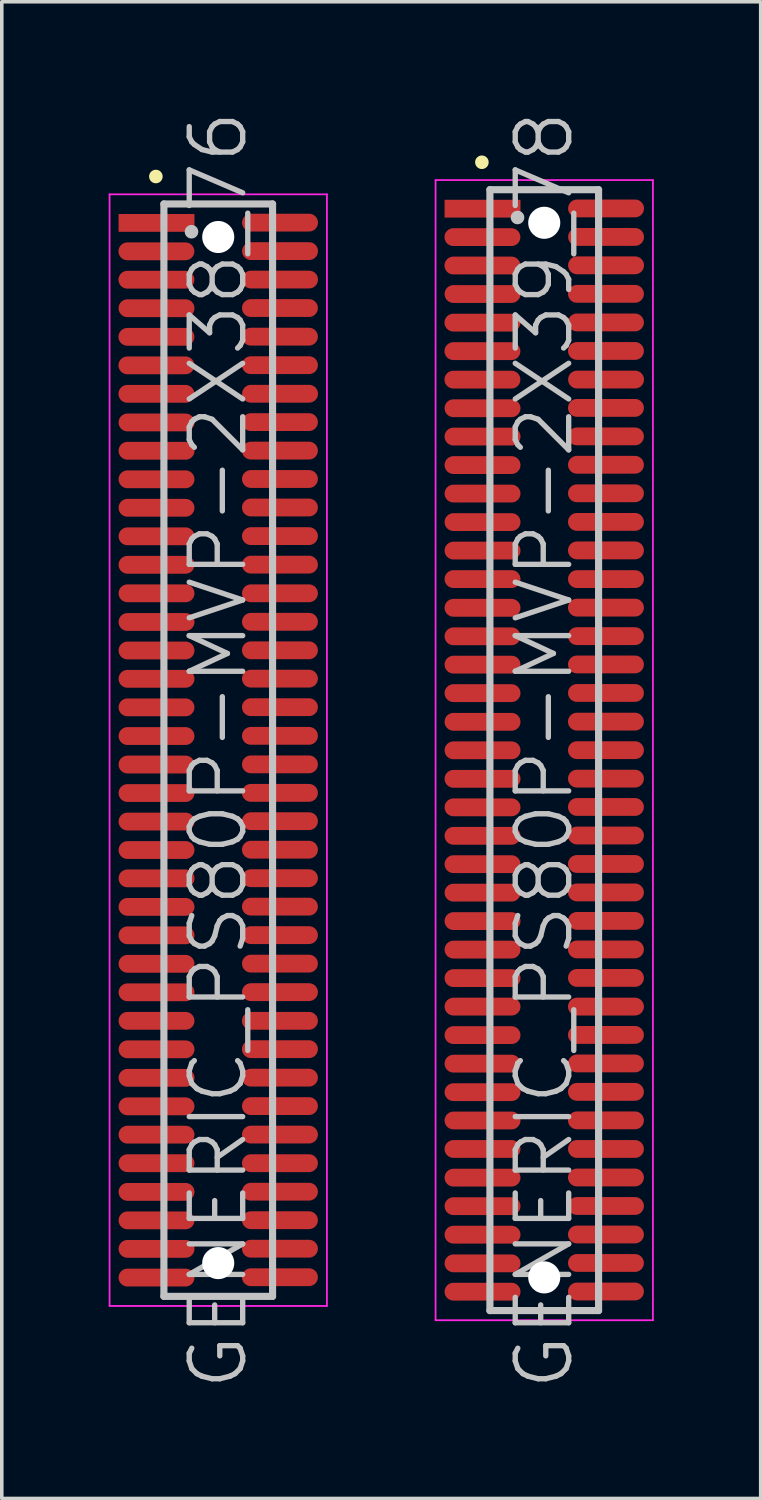
<source format=kicad_pcb>
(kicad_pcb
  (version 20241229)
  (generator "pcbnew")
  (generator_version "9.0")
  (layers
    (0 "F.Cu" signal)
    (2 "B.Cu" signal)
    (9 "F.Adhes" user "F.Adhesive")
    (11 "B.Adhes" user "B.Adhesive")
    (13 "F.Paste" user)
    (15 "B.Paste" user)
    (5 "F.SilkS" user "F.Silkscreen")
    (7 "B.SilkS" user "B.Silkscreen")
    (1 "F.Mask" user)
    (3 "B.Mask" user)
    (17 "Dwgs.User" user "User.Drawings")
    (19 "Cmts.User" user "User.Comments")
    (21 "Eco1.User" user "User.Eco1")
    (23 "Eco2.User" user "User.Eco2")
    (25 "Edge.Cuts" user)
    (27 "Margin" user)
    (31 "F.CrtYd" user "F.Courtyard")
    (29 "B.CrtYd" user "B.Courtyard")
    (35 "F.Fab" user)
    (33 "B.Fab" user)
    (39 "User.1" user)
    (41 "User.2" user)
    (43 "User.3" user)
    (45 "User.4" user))
  (footprint "GENERIC_PS80P-MVP-2X38_76"
    (layer "F.Cu")
    (at 3.075 18.004)
    (property "Reference" "GENERIC_PS80P-MVP-2X38_76" (at 0 0 90) (layer "Dwgs.User") (effects (font (size 1.5 1.5) (thickness 0.15))))
    (attr smd)
    (fp_line (start -1.75 -16.1) (end -1.75 -16.1) (stroke (width 0.381) (type solid)) (layer "F.SilkS"))
    (fp_line (start -1.525 -15.33) (end -1.525 15.33) (stroke (width 0.2) (type solid)) (layer "Dwgs.User"))
    (fp_line (start -1.525 -15.33) (end 1.525 -15.33) (stroke (width 0.2) (type solid)) (layer "Dwgs.User"))
    (fp_line (start -1.525 15.33) (end 1.525 15.33) (stroke (width 0.2) (type solid)) (layer "Dwgs.User"))
    (fp_line (start -0.75 -14.55) (end -0.75 -14.55) (stroke (width 0.381) (type solid)) (layer "Dwgs.User"))
    (fp_line (start 1.525 -15.33) (end 1.525 15.33) (stroke (width 0.2) (type solid)) (layer "Dwgs.User"))
    (fp_line (start -3.05 -15.6) (end -3.05 15.6) (stroke (width 0.05) (type solid)) (layer "F.CrtYd"))
    (fp_line (start -3.05 -15.6) (end 3.05 -15.6) (stroke (width 0.05) (type solid)) (layer "F.CrtYd"))
    (fp_line (start -3.05 15.6) (end 3.05 15.6) (stroke (width 0.05) (type solid)) (layer "F.CrtYd"))
    (fp_line (start 3.05 -15.6) (end 3.05 15.6) (stroke (width 0.05) (type solid)) (layer "F.CrtYd"))
    (pad "" np_thru_hole circle (at 0 -14.402 270) (size 0.9 0.9) (drill 0.9) (layers "*.Cu" "*.Mask"))
    (pad "" np_thru_hole circle (at 0 14.397 270) (size 0.9 0.9) (drill 0.9) (layers "*.Cu" "*.Mask"))
    (pad "1" smd rect (at -1.732 -14.798 270) (size 0.5 2.13) (layers "F.Cu" "F.Mask" "F.Paste"))
    (pad "2" smd oval (at 1.735 -14.806 270) (size 0.5 2.13) (layers "F.Cu" "F.Mask" "F.Paste"))
    (pad "3" smd oval (at -1.735 -14 270) (size 0.5 2.13) (layers "F.Cu" "F.Mask" "F.Paste"))
    (pad "4" smd oval (at 1.735 -14.006 270) (size 0.5 2.13) (layers "F.Cu" "F.Mask" "F.Paste"))
    (pad "5" smd oval (at -1.735 -13.203 270) (size 0.5 2.13) (layers "F.Cu" "F.Mask" "F.Paste"))
    (pad "6" smd oval (at 1.735 -13.208 270) (size 0.5 2.13) (layers "F.Cu" "F.Mask" "F.Paste"))
    (pad "7" smd oval (at -1.732 -12.403 270) (size 0.5 2.13) (layers "F.Cu" "F.Mask" "F.Paste"))
    (pad "8" smd oval (at 1.732 -12.408 270) (size 0.5 2.13) (layers "F.Cu" "F.Mask" "F.Paste"))
    (pad "9" smd oval (at -1.735 -11.6 270) (size 0.5 2.13) (layers "F.Cu" "F.Mask" "F.Paste"))
    (pad "10" smd oval (at 1.732 -11.605 270) (size 0.5 2.13) (layers "F.Cu" "F.Mask" "F.Paste"))
    (pad "11" smd oval (at -1.735 -10.8 270) (size 0.5 2.13) (layers "F.Cu" "F.Mask" "F.Paste"))
    (pad "12" smd oval (at 1.732 -10.805 270) (size 0.5 2.13) (layers "F.Cu" "F.Mask" "F.Paste"))
    (pad "13" smd oval (at -1.735 -10 270) (size 0.5 2.13) (layers "F.Cu" "F.Mask" "F.Paste"))
    (pad "14" smd oval (at 1.735 -10.003 270) (size 0.5 2.13) (layers "F.Cu" "F.Mask" "F.Paste"))
    (pad "15" smd oval (at -1.732 -9.197 270) (size 0.5 2.13) (layers "F.Cu" "F.Mask" "F.Paste"))
    (pad "16" smd oval (at 1.732 -9.207 270) (size 0.5 2.13) (layers "F.Cu" "F.Mask" "F.Paste"))
    (pad "17" smd oval (at -1.732 -8.402 270) (size 0.5 2.13) (layers "F.Cu" "F.Mask" "F.Paste"))
    (pad "18" smd oval (at 1.732 -8.407 270) (size 0.5 2.13) (layers "F.Cu" "F.Mask" "F.Paste"))
    (pad "19" smd oval (at -1.732 -7.602 270) (size 0.5 2.13) (layers "F.Cu" "F.Mask" "F.Paste"))
    (pad "20" smd oval (at 1.732 -7.61 270) (size 0.5 2.13) (layers "F.Cu" "F.Mask" "F.Paste"))
    (pad "21" smd oval (at -1.732 -6.802 270) (size 0.5 2.13) (layers "F.Cu" "F.Mask" "F.Paste"))
    (pad "22" smd oval (at 1.732 -6.81 270) (size 0.5 2.13) (layers "F.Cu" "F.Mask" "F.Paste"))
    (pad "23" smd oval (at -1.732 -6.002 270) (size 0.5 2.13) (layers "F.Cu" "F.Mask" "F.Paste"))
    (pad "24" smd oval (at 1.732 -6.007 270) (size 0.5 2.13) (layers "F.Cu" "F.Mask" "F.Paste"))
    (pad "25" smd oval (at -1.732 -5.202 270) (size 0.5 2.13) (layers "F.Cu" "F.Mask" "F.Paste"))
    (pad "26" smd oval (at 1.732 -5.207 270) (size 0.5 2.13) (layers "F.Cu" "F.Mask" "F.Paste"))
    (pad "27" smd oval (at -1.732 -4.402 270) (size 0.5 2.13) (layers "F.Cu" "F.Mask" "F.Paste"))
    (pad "28" smd oval (at 1.732 -4.402 270) (size 0.5 2.13) (layers "F.Cu" "F.Mask" "F.Paste"))
    (pad "29" smd oval (at -1.732 -3.597 270) (size 0.5 2.13) (layers "F.Cu" "F.Mask" "F.Paste"))
    (pad "30" smd oval (at 1.732 -3.602 270) (size 0.5 2.13) (layers "F.Cu" "F.Mask" "F.Paste"))
    (pad "31" smd oval (at -1.732 -2.797 270) (size 0.5 2.13) (layers "F.Cu" "F.Mask" "F.Paste"))
    (pad "32" smd oval (at 1.732 -2.802 270) (size 0.5 2.13) (layers "F.Cu" "F.Mask" "F.Paste"))
    (pad "33" smd oval (at -1.732 -2.002 270) (size 0.5 2.13) (layers "F.Cu" "F.Mask" "F.Paste"))
    (pad "34" smd oval (at 1.732 -2.007 270) (size 0.5 2.13) (layers "F.Cu" "F.Mask" "F.Paste"))
    (pad "35" smd oval (at -1.732 -1.201 270) (size 0.5 2.13) (layers "F.Cu" "F.Mask" "F.Paste"))
    (pad "36" smd oval (at 1.732 -1.206 270) (size 0.5 2.13) (layers "F.Cu" "F.Mask" "F.Paste"))
    (pad "37" smd oval (at -1.732 -0.396 270) (size 0.5 2.13) (layers "F.Cu" "F.Mask" "F.Paste"))
    (pad "38" smd oval (at 1.732 -0.401 270) (size 0.5 2.13) (layers "F.Cu" "F.Mask" "F.Paste"))
    (pad "39" smd oval (at -1.732 0.404 270) (size 0.5 2.13) (layers "F.Cu" "F.Mask" "F.Paste"))
    (pad "40" smd oval (at 1.732 0.399 270) (size 0.5 2.13) (layers "F.Cu" "F.Mask" "F.Paste"))
    (pad "41" smd oval (at -1.732 1.204 270) (size 0.5 2.13) (layers "F.Cu" "F.Mask" "F.Paste"))
    (pad "42" smd oval (at 1.732 1.199 270) (size 0.5 2.13) (layers "F.Cu" "F.Mask" "F.Paste"))
    (pad "43" smd oval (at -1.732 2.004 270) (size 0.5 2.13) (layers "F.Cu" "F.Mask" "F.Paste"))
    (pad "44" smd oval (at 1.732 1.994 270) (size 0.5 2.13) (layers "F.Cu" "F.Mask" "F.Paste"))
    (pad "45" smd oval (at -1.732 2.804 270) (size 0.5 2.13) (layers "F.Cu" "F.Mask" "F.Paste"))
    (pad "46" smd oval (at 1.732 2.794 270) (size 0.5 2.13) (layers "F.Cu" "F.Mask" "F.Paste"))
    (pad "47" smd oval (at -1.732 3.599 270) (size 0.5 2.13) (layers "F.Cu" "F.Mask" "F.Paste"))
    (pad "48" smd oval (at 1.732 3.594 270) (size 0.5 2.13) (layers "F.Cu" "F.Mask" "F.Paste"))
    (pad "49" smd oval (at -1.732 4.399 270) (size 0.5 2.13) (layers "F.Cu" "F.Mask" "F.Paste"))
    (pad "50" smd oval (at 1.732 4.392 270) (size 0.5 2.13) (layers "F.Cu" "F.Mask" "F.Paste"))
    (pad "51" smd oval (at -1.732 5.197 270) (size 0.5 2.13) (layers "F.Cu" "F.Mask" "F.Paste"))
    (pad "52" smd oval (at 1.732 5.192 270) (size 0.5 2.13) (layers "F.Cu" "F.Mask" "F.Paste"))
    (pad "53" smd oval (at -1.732 5.997 270) (size 0.5 2.13) (layers "F.Cu" "F.Mask" "F.Paste"))
    (pad "54" smd oval (at 1.732 5.992 270) (size 0.5 2.13) (layers "F.Cu" "F.Mask" "F.Paste"))
    (pad "55" smd oval (at -1.732 6.797 270) (size 0.5 2.13) (layers "F.Cu" "F.Mask" "F.Paste"))
    (pad "56" smd oval (at 1.732 6.792 270) (size 0.5 2.13) (layers "F.Cu" "F.Mask" "F.Paste"))
    (pad "57" smd oval (at -1.732 7.597 270) (size 0.5 2.13) (layers "F.Cu" "F.Mask" "F.Paste"))
    (pad "58" smd oval (at 1.732 7.597 270) (size 0.5 2.13) (layers "F.Cu" "F.Mask" "F.Paste"))
    (pad "59" smd oval (at -1.732 8.397 270) (size 0.5 2.13) (layers "F.Cu" "F.Mask" "F.Paste"))
    (pad "60" smd oval (at 1.732 8.392 270) (size 0.5 2.13) (layers "F.Cu" "F.Mask" "F.Paste"))
    (pad "61" smd oval (at -1.732 9.197 270) (size 0.5 2.13) (layers "F.Cu" "F.Mask" "F.Paste"))
    (pad "62" smd oval (at 1.732 9.192 270) (size 0.5 2.13) (layers "F.Cu" "F.Mask" "F.Paste"))
    (pad "63" smd oval (at -1.732 9.997 270) (size 0.5 2.13) (layers "F.Cu" "F.Mask" "F.Paste"))
    (pad "64" smd oval (at 1.732 9.99 270) (size 0.5 2.13) (layers "F.Cu" "F.Mask" "F.Paste"))
    (pad "65" smd oval (at -1.732 10.792 270) (size 0.5 2.13) (layers "F.Cu" "F.Mask" "F.Paste"))
    (pad "66" smd oval (at 1.732 10.79 270) (size 0.5 2.13) (layers "F.Cu" "F.Mask" "F.Paste"))
    (pad "67" smd oval (at -1.732 11.593 270) (size 0.5 2.13) (layers "F.Cu" "F.Mask" "F.Paste"))
    (pad "68" smd oval (at 1.732 11.593 270) (size 0.5 2.13) (layers "F.Cu" "F.Mask" "F.Paste"))
    (pad "69" smd oval (at -1.732 12.398 270) (size 0.5 2.13) (layers "F.Cu" "F.Mask" "F.Paste"))
    (pad "70" smd oval (at 1.732 12.393 270) (size 0.5 2.13) (layers "F.Cu" "F.Mask" "F.Paste"))
    (pad "71" smd oval (at -1.732 13.198 270) (size 0.5 2.13) (layers "F.Cu" "F.Mask" "F.Paste"))
    (pad "72" smd oval (at 1.732 13.193 270) (size 0.5 2.13) (layers "F.Cu" "F.Mask" "F.Paste"))
    (pad "73" smd oval (at -1.732 13.998 270) (size 0.5 2.13) (layers "F.Cu" "F.Mask" "F.Paste"))
    (pad "74" smd oval (at 1.732 13.993 270) (size 0.5 2.13) (layers "F.Cu" "F.Mask" "F.Paste"))
    (pad "75" smd oval (at -1.732 14.803 270) (size 0.5 2.13) (layers "F.Cu" "F.Mask" "F.Paste"))
    (pad "76" smd oval (at 1.732 14.793 270) (size 0.5 2.13) (layers "F.Cu" "F.Mask" "F.Paste")))
  (footprint "GENERIC_PS80P-MVP-2X39_78"
    (layer "F.Cu")
    (at 12.225 18.004)
    (property "Reference" "GENERIC_PS80P-MVP-2X39_78" (at 0 0 90) (layer "Dwgs.User") (effects (font (size 1.5 1.5) (thickness 0.15))))
    (attr smd)
    (fp_line (start -1.75 -16.5) (end -1.75 -16.5) (stroke (width 0.381) (type solid)) (layer "F.SilkS"))
    (fp_line (start -1.525 -15.73) (end -1.525 15.73) (stroke (width 0.2) (type solid)) (layer "Dwgs.User"))
    (fp_line (start -1.525 -15.73) (end 1.525 -15.73) (stroke (width 0.2) (type solid)) (layer "Dwgs.User"))
    (fp_line (start -1.525 15.73) (end 1.525 15.73) (stroke (width 0.2) (type solid)) (layer "Dwgs.User"))
    (fp_line (start -0.75 -14.95) (end -0.75 -14.95) (stroke (width 0.381) (type solid)) (layer "Dwgs.User"))
    (fp_line (start 1.525 -15.73) (end 1.525 15.73) (stroke (width 0.2) (type solid)) (layer "Dwgs.User"))
    (fp_line (start -3.05 -16) (end -3.05 16) (stroke (width 0.05) (type solid)) (layer "F.CrtYd"))
    (fp_line (start -3.05 -16) (end 3.05 -16) (stroke (width 0.05) (type solid)) (layer "F.CrtYd"))
    (fp_line (start -3.05 16) (end 3.05 16) (stroke (width 0.05) (type solid)) (layer "F.CrtYd"))
    (fp_line (start 3.05 -16) (end 3.05 16) (stroke (width 0.05) (type solid)) (layer "F.CrtYd"))
    (pad "" np_thru_hole circle (at 0 -14.801 270) (size 0.9 0.9) (drill 0.9) (layers "*.Cu" "*.Mask"))
    (pad "" np_thru_hole circle (at 0 14.798 270) (size 0.9 0.9) (drill 0.9) (layers "*.Cu" "*.Mask"))
    (pad "1" smd rect (at -1.732 -15.197 270) (size 0.5 2.13) (layers "F.Cu" "F.Mask" "F.Paste"))
    (pad "2" smd oval (at 1.735 -15.204 270) (size 0.5 2.13) (layers "F.Cu" "F.Mask" "F.Paste"))
    (pad "3" smd oval (at -1.735 -14.399 270) (size 0.5 2.13) (layers "F.Cu" "F.Mask" "F.Paste"))
    (pad "4" smd oval (at 1.735 -14.404 270) (size 0.5 2.13) (layers "F.Cu" "F.Mask" "F.Paste"))
    (pad "5" smd oval (at -1.735 -13.602 270) (size 0.5 2.13) (layers "F.Cu" "F.Mask" "F.Paste"))
    (pad "6" smd oval (at 1.735 -13.607 270) (size 0.5 2.13) (layers "F.Cu" "F.Mask" "F.Paste"))
    (pad "7" smd oval (at -1.732 -12.802 270) (size 0.5 2.13) (layers "F.Cu" "F.Mask" "F.Paste"))
    (pad "8" smd oval (at 1.732 -12.807 270) (size 0.5 2.13) (layers "F.Cu" "F.Mask" "F.Paste"))
    (pad "9" smd oval (at -1.735 -11.999 270) (size 0.5 2.13) (layers "F.Cu" "F.Mask" "F.Paste"))
    (pad "10" smd oval (at 1.732 -12.004 270) (size 0.5 2.13) (layers "F.Cu" "F.Mask" "F.Paste"))
    (pad "11" smd oval (at -1.735 -11.199 270) (size 0.5 2.13) (layers "F.Cu" "F.Mask" "F.Paste"))
    (pad "12" smd oval (at 1.732 -11.204 270) (size 0.5 2.13) (layers "F.Cu" "F.Mask" "F.Paste"))
    (pad "13" smd oval (at -1.735 -10.399 270) (size 0.5 2.13) (layers "F.Cu" "F.Mask" "F.Paste"))
    (pad "14" smd oval (at 1.735 -10.401 270) (size 0.5 2.13) (layers "F.Cu" "F.Mask" "F.Paste"))
    (pad "15" smd oval (at -1.732 -9.596 270) (size 0.5 2.13) (layers "F.Cu" "F.Mask" "F.Paste"))
    (pad "16" smd oval (at 1.732 -9.606 270) (size 0.5 2.13) (layers "F.Cu" "F.Mask" "F.Paste"))
    (pad "17" smd oval (at -1.732 -8.801 270) (size 0.5 2.13) (layers "F.Cu" "F.Mask" "F.Paste"))
    (pad "18" smd oval (at 1.732 -8.806 270) (size 0.5 2.13) (layers "F.Cu" "F.Mask" "F.Paste"))
    (pad "19" smd oval (at -1.732 -8.001 270) (size 0.5 2.13) (layers "F.Cu" "F.Mask" "F.Paste"))
    (pad "20" smd oval (at 1.732 -8.009 270) (size 0.5 2.13) (layers "F.Cu" "F.Mask" "F.Paste"))
    (pad "21" smd oval (at -1.732 -7.201 270) (size 0.5 2.13) (layers "F.Cu" "F.Mask" "F.Paste"))
    (pad "22" smd oval (at 1.732 -7.209 270) (size 0.5 2.13) (layers "F.Cu" "F.Mask" "F.Paste"))
    (pad "23" smd oval (at -1.732 -6.401 270) (size 0.5 2.13) (layers "F.Cu" "F.Mask" "F.Paste"))
    (pad "24" smd oval (at 1.732 -6.406 270) (size 0.5 2.13) (layers "F.Cu" "F.Mask" "F.Paste"))
    (pad "25" smd oval (at -1.732 -5.601 270) (size 0.5 2.13) (layers "F.Cu" "F.Mask" "F.Paste"))
    (pad "26" smd oval (at 1.732 -5.606 270) (size 0.5 2.13) (layers "F.Cu" "F.Mask" "F.Paste"))
    (pad "27" smd oval (at -1.732 -4.801 270) (size 0.5 2.13) (layers "F.Cu" "F.Mask" "F.Paste"))
    (pad "28" smd oval (at 1.732 -4.801 270) (size 0.5 2.13) (layers "F.Cu" "F.Mask" "F.Paste"))
    (pad "29" smd oval (at -1.732 -3.995 270) (size 0.5 2.13) (layers "F.Cu" "F.Mask" "F.Paste"))
    (pad "30" smd oval (at 1.732 -4 270) (size 0.5 2.13) (layers "F.Cu" "F.Mask" "F.Paste"))
    (pad "31" smd oval (at -1.732 -3.195 270) (size 0.5 2.13) (layers "F.Cu" "F.Mask" "F.Paste"))
    (pad "32" smd oval (at 1.732 -3.2 270) (size 0.5 2.13) (layers "F.Cu" "F.Mask" "F.Paste"))
    (pad "33" smd oval (at -1.732 -2.4 270) (size 0.5 2.13) (layers "F.Cu" "F.Mask" "F.Paste"))
    (pad "34" smd oval (at 1.732 -2.405 270) (size 0.5 2.13) (layers "F.Cu" "F.Mask" "F.Paste"))
    (pad "35" smd oval (at -1.732 -1.6 270) (size 0.5 2.13) (layers "F.Cu" "F.Mask" "F.Paste"))
    (pad "36" smd oval (at 1.732 -1.605 270) (size 0.5 2.13) (layers "F.Cu" "F.Mask" "F.Paste"))
    (pad "37" smd oval (at -1.732 -0.795 270) (size 0.5 2.13) (layers "F.Cu" "F.Mask" "F.Paste"))
    (pad "38" smd oval (at 1.732 -0.8 270) (size 0.5 2.13) (layers "F.Cu" "F.Mask" "F.Paste"))
    (pad "39" smd oval (at -1.732 0.005 270) (size 0.5 2.13) (layers "F.Cu" "F.Mask" "F.Paste"))
    (pad "40" smd oval (at 1.732 0 270) (size 0.5 2.13) (layers "F.Cu" "F.Mask" "F.Paste"))
    (pad "41" smd oval (at -1.732 0.805 270) (size 0.5 2.13) (layers "F.Cu" "F.Mask" "F.Paste"))
    (pad "42" smd oval (at 1.732 0.8 270) (size 0.5 2.13) (layers "F.Cu" "F.Mask" "F.Paste"))
    (pad "43" smd oval (at -1.732 1.605 270) (size 0.5 2.13) (layers "F.Cu" "F.Mask" "F.Paste"))
    (pad "44" smd oval (at 1.732 1.595 270) (size 0.5 2.13) (layers "F.Cu" "F.Mask" "F.Paste"))
    (pad "45" smd oval (at -1.732 2.405 270) (size 0.5 2.13) (layers "F.Cu" "F.Mask" "F.Paste"))
    (pad "46" smd oval (at 1.732 2.395 270) (size 0.5 2.13) (layers "F.Cu" "F.Mask" "F.Paste"))
    (pad "47" smd oval (at -1.732 3.2 270) (size 0.5 2.13) (layers "F.Cu" "F.Mask" "F.Paste"))
    (pad "48" smd oval (at 1.732 3.195 270) (size 0.5 2.13) (layers "F.Cu" "F.Mask" "F.Paste"))
    (pad "49" smd oval (at -1.732 4 270) (size 0.5 2.13) (layers "F.Cu" "F.Mask" "F.Paste"))
    (pad "50" smd oval (at 1.732 3.993 270) (size 0.5 2.13) (layers "F.Cu" "F.Mask" "F.Paste"))
    (pad "51" smd oval (at -1.732 4.798 270) (size 0.5 2.13) (layers "F.Cu" "F.Mask" "F.Paste"))
    (pad "52" smd oval (at 1.732 4.793 270) (size 0.5 2.13) (layers "F.Cu" "F.Mask" "F.Paste"))
    (pad "53" smd oval (at -1.732 5.598 270) (size 0.5 2.13) (layers "F.Cu" "F.Mask" "F.Paste"))
    (pad "54" smd oval (at 1.732 5.593 270) (size 0.5 2.13) (layers "F.Cu" "F.Mask" "F.Paste"))
    (pad "55" smd oval (at -1.732 6.398 270) (size 0.5 2.13) (layers "F.Cu" "F.Mask" "F.Paste"))
    (pad "56" smd oval (at 1.732 6.393 270) (size 0.5 2.13) (layers "F.Cu" "F.Mask" "F.Paste"))
    (pad "57" smd oval (at -1.732 7.198 270) (size 0.5 2.13) (layers "F.Cu" "F.Mask" "F.Paste"))
    (pad "58" smd oval (at 1.732 7.198 270) (size 0.5 2.13) (layers "F.Cu" "F.Mask" "F.Paste"))
    (pad "59" smd oval (at -1.732 7.998 270) (size 0.5 2.13) (layers "F.Cu" "F.Mask" "F.Paste"))
    (pad "60" smd oval (at 1.732 7.993 270) (size 0.5 2.13) (layers "F.Cu" "F.Mask" "F.Paste"))
    (pad "61" smd oval (at -1.732 8.799 270) (size 0.5 2.13) (layers "F.Cu" "F.Mask" "F.Paste"))
    (pad "62" smd oval (at 1.732 8.793 270) (size 0.5 2.13) (layers "F.Cu" "F.Mask" "F.Paste"))
    (pad "63" smd oval (at -1.732 9.599 270) (size 0.5 2.13) (layers "F.Cu" "F.Mask" "F.Paste"))
    (pad "64" smd oval (at 1.732 9.591 270) (size 0.5 2.13) (layers "F.Cu" "F.Mask" "F.Paste"))
    (pad "65" smd oval (at -1.732 10.394 270) (size 0.5 2.13) (layers "F.Cu" "F.Mask" "F.Paste"))
    (pad "66" smd oval (at 1.732 10.391 270) (size 0.5 2.13) (layers "F.Cu" "F.Mask" "F.Paste"))
    (pad "67" smd oval (at -1.732 11.194 270) (size 0.5 2.13) (layers "F.Cu" "F.Mask" "F.Paste"))
    (pad "68" smd oval (at 1.732 11.194 270) (size 0.5 2.13) (layers "F.Cu" "F.Mask" "F.Paste"))
    (pad "69" smd oval (at -1.732 11.999 270) (size 0.5 2.13) (layers "F.Cu" "F.Mask" "F.Paste"))
    (pad "70" smd oval (at 1.732 11.994 270) (size 0.5 2.13) (layers "F.Cu" "F.Mask" "F.Paste"))
    (pad "71" smd oval (at -1.732 12.799 270) (size 0.5 2.13) (layers "F.Cu" "F.Mask" "F.Paste"))
    (pad "72" smd oval (at 1.732 12.794 270) (size 0.5 2.13) (layers "F.Cu" "F.Mask" "F.Paste"))
    (pad "73" smd oval (at -1.732 13.599 270) (size 0.5 2.13) (layers "F.Cu" "F.Mask" "F.Paste"))
    (pad "74" smd oval (at 1.732 13.594 270) (size 0.5 2.13) (layers "F.Cu" "F.Mask" "F.Paste"))
    (pad "75" smd oval (at -1.732 14.404 270) (size 0.5 2.13) (layers "F.Cu" "F.Mask" "F.Paste"))
    (pad "76" smd oval (at 1.732 14.394 270) (size 0.5 2.13) (layers "F.Cu" "F.Mask" "F.Paste"))
    (pad "77" smd oval (at -1.732 15.199 270) (size 0.5 2.13) (layers "F.Cu" "F.Mask" "F.Paste"))
    (pad "78" smd oval (at 1.732 15.194 270) (size 0.5 2.13) (layers "F.Cu" "F.Mask" "F.Paste")))
  (gr_rect
    (start -3 -3)
    (end 18.3 39.007)
    (stroke (width 0.1) (type default))
    (fill no)
    (layer "Edge.Cuts")))
</source>
